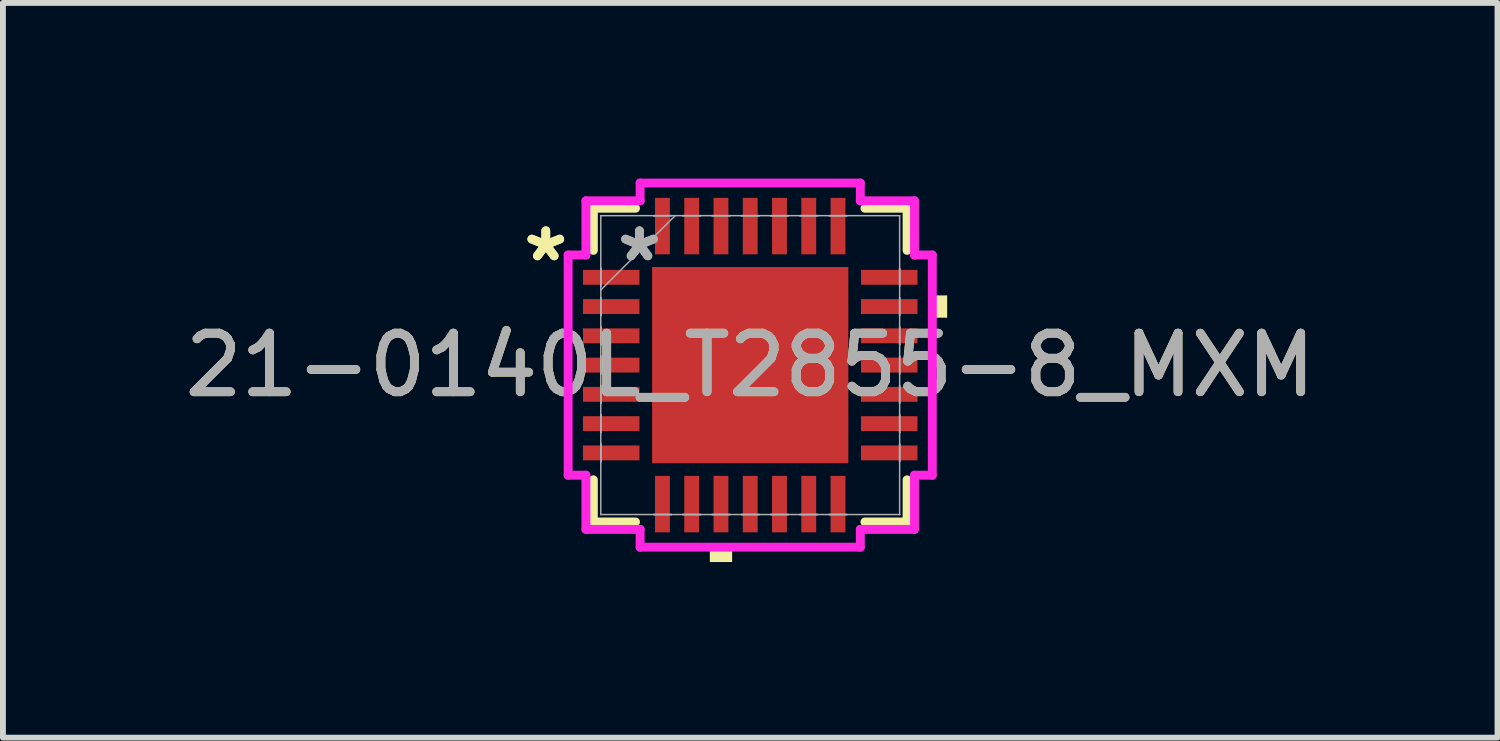
<source format=kicad_pcb>
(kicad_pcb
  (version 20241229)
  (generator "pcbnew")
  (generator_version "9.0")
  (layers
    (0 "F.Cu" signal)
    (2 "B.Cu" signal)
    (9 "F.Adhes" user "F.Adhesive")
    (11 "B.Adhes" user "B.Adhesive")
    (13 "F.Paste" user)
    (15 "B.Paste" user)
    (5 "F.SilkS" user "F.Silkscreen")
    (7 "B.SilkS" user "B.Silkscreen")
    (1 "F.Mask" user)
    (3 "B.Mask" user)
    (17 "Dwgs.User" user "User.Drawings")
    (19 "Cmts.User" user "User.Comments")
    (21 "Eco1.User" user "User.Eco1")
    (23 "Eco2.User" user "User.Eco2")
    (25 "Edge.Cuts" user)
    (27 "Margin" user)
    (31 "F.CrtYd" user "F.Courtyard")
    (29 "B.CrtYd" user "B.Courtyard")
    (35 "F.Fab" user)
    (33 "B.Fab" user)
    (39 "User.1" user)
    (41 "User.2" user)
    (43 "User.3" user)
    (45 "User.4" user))
  (footprint "21-0140L_T2855-8_MXM"
    (layer "F.Cu")
    (at 9.768 3.188)
    (property "Reference" "21-0140L_T2855-8_MXM" (at 0 0 0) (unlocked yes) (layer "F.SilkS") (effects (font (size 1 1) (thickness 0.15))))
    (attr smd)
    (fp_line (start -2.68 -2.68) (end -2.68 -1.96) (stroke (width 0.152) (type solid)) (layer "F.SilkS"))
    (fp_line (start -2.68 1.96) (end -2.68 2.68) (stroke (width 0.152) (type solid)) (layer "F.SilkS"))
    (fp_line (start -2.68 2.68) (end -1.96 2.68) (stroke (width 0.152) (type solid)) (layer "F.SilkS"))
    (fp_line (start -1.96 -2.68) (end -2.68 -2.68) (stroke (width 0.152) (type solid)) (layer "F.SilkS"))
    (fp_line (start 1.96 2.68) (end 2.68 2.68) (stroke (width 0.152) (type solid)) (layer "F.SilkS"))
    (fp_line (start 2.68 -2.68) (end 1.96 -2.68) (stroke (width 0.152) (type solid)) (layer "F.SilkS"))
    (fp_line (start 2.68 -1.96) (end 2.68 -2.68) (stroke (width 0.152) (type solid)) (layer "F.SilkS"))
    (fp_line (start 2.68 2.68) (end 2.68 1.96) (stroke (width 0.152) (type solid)) (layer "F.SilkS"))
    (fp_poly (pts (xy -0.69 3.111) (xy -0.69 3.365) (xy -0.309 3.365) (xy -0.309 3.111)) (stroke (width 0) (type solid)) (fill yes) (layer "F.SilkS"))
    (fp_poly (pts (xy 3.365 -1.191) (xy 3.365 -0.81) (xy 3.111 -0.81) (xy 3.111 -1.191)) (stroke (width 0) (type solid)) (fill yes) (layer "F.SilkS"))
    (fp_poly (pts (xy -1.576 -1.576) (xy -1.576 -0.1) (xy -0.1 -0.1) (xy -0.1 -1.576)) (stroke (width 0) (type solid)) (fill yes) (layer "F.Paste"))
    (fp_poly (pts (xy -1.576 0.1) (xy -1.576 1.576) (xy -0.1 1.576) (xy -0.1 0.1)) (stroke (width 0) (type solid)) (fill yes) (layer "F.Paste"))
    (fp_poly (pts (xy 0.1 -1.576) (xy 0.1 -0.1) (xy 1.576 -0.1) (xy 1.576 -1.576)) (stroke (width 0) (type solid)) (fill yes) (layer "F.Paste"))
    (fp_poly (pts (xy 0.1 0.1) (xy 0.1 1.576) (xy 1.576 1.576) (xy 1.576 0.1)) (stroke (width 0) (type solid)) (fill yes) (layer "F.Paste"))
    (fp_line (start -3.111 -1.881) (end -2.807 -1.881) (stroke (width 0.152) (type solid)) (layer "F.CrtYd"))
    (fp_line (start -3.111 1.881) (end -3.111 -1.881) (stroke (width 0.152) (type solid)) (layer "F.CrtYd"))
    (fp_line (start -2.807 -2.807) (end -1.881 -2.807) (stroke (width 0.152) (type solid)) (layer "F.CrtYd"))
    (fp_line (start -2.807 -1.881) (end -2.807 -2.807) (stroke (width 0.152) (type solid)) (layer "F.CrtYd"))
    (fp_line (start -2.807 1.881) (end -3.111 1.881) (stroke (width 0.152) (type solid)) (layer "F.CrtYd"))
    (fp_line (start -2.807 2.807) (end -2.807 1.881) (stroke (width 0.152) (type solid)) (layer "F.CrtYd"))
    (fp_line (start -1.881 -3.111) (end 1.881 -3.111) (stroke (width 0.152) (type solid)) (layer "F.CrtYd"))
    (fp_line (start -1.881 -2.807) (end -1.881 -3.111) (stroke (width 0.152) (type solid)) (layer "F.CrtYd"))
    (fp_line (start -1.881 2.807) (end -2.807 2.807) (stroke (width 0.152) (type solid)) (layer "F.CrtYd"))
    (fp_line (start -1.881 3.111) (end -1.881 2.807) (stroke (width 0.152) (type solid)) (layer "F.CrtYd"))
    (fp_line (start 1.881 -3.111) (end 1.881 -2.807) (stroke (width 0.152) (type solid)) (layer "F.CrtYd"))
    (fp_line (start 1.881 -2.807) (end 2.807 -2.807) (stroke (width 0.152) (type solid)) (layer "F.CrtYd"))
    (fp_line (start 1.881 2.807) (end 1.881 3.111) (stroke (width 0.152) (type solid)) (layer "F.CrtYd"))
    (fp_line (start 1.881 3.111) (end -1.881 3.111) (stroke (width 0.152) (type solid)) (layer "F.CrtYd"))
    (fp_line (start 2.807 -2.807) (end 2.807 -1.881) (stroke (width 0.152) (type solid)) (layer "F.CrtYd"))
    (fp_line (start 2.807 -1.881) (end 3.111 -1.881) (stroke (width 0.152) (type solid)) (layer "F.CrtYd"))
    (fp_line (start 2.807 1.881) (end 2.807 2.807) (stroke (width 0.152) (type solid)) (layer "F.CrtYd"))
    (fp_line (start 2.807 2.807) (end 1.881 2.807) (stroke (width 0.152) (type solid)) (layer "F.CrtYd"))
    (fp_line (start 3.111 -1.881) (end 3.111 1.881) (stroke (width 0.152) (type solid)) (layer "F.CrtYd"))
    (fp_line (start 3.111 1.881) (end 2.807 1.881) (stroke (width 0.152) (type solid)) (layer "F.CrtYd"))
    (fp_line (start -2.553 -2.553) (end -2.553 -2.553) (stroke (width 0.025) (type solid)) (layer "F.Fab"))
    (fp_line (start -2.553 -2.553) (end -2.553 2.553) (stroke (width 0.025) (type solid)) (layer "F.Fab"))
    (fp_line (start -2.553 -1.652) (end -2.553 -1.652) (stroke (width 0.025) (type solid)) (layer "F.Fab"))
    (fp_line (start -2.553 -1.652) (end -2.553 -1.348) (stroke (width 0.025) (type solid)) (layer "F.Fab"))
    (fp_line (start -2.553 -1.348) (end -2.553 -1.652) (stroke (width 0.025) (type solid)) (layer "F.Fab"))
    (fp_line (start -2.553 -1.348) (end -2.553 -1.348) (stroke (width 0.025) (type solid)) (layer "F.Fab"))
    (fp_line (start -2.553 -1.283) (end -1.283 -2.553) (stroke (width 0.025) (type solid)) (layer "F.Fab"))
    (fp_line (start -2.553 -1.152) (end -2.553 -1.152) (stroke (width 0.025) (type solid)) (layer "F.Fab"))
    (fp_line (start -2.553 -1.152) (end -2.553 -0.848) (stroke (width 0.025) (type solid)) (layer "F.Fab"))
    (fp_line (start -2.553 -0.848) (end -2.553 -1.152) (stroke (width 0.025) (type solid)) (layer "F.Fab"))
    (fp_line (start -2.553 -0.848) (end -2.553 -0.848) (stroke (width 0.025) (type solid)) (layer "F.Fab"))
    (fp_line (start -2.553 -0.652) (end -2.553 -0.652) (stroke (width 0.025) (type solid)) (layer "F.Fab"))
    (fp_line (start -2.553 -0.652) (end -2.553 -0.348) (stroke (width 0.025) (type solid)) (layer "F.Fab"))
    (fp_line (start -2.553 -0.348) (end -2.553 -0.652) (stroke (width 0.025) (type solid)) (layer "F.Fab"))
    (fp_line (start -2.553 -0.348) (end -2.553 -0.348) (stroke (width 0.025) (type solid)) (layer "F.Fab"))
    (fp_line (start -2.553 -0.152) (end -2.553 -0.152) (stroke (width 0.025) (type solid)) (layer "F.Fab"))
    (fp_line (start -2.553 -0.152) (end -2.553 0.152) (stroke (width 0.025) (type solid)) (layer "F.Fab"))
    (fp_line (start -2.553 0.152) (end -2.553 -0.152) (stroke (width 0.025) (type solid)) (layer "F.Fab"))
    (fp_line (start -2.553 0.152) (end -2.553 0.152) (stroke (width 0.025) (type solid)) (layer "F.Fab"))
    (fp_line (start -2.553 0.348) (end -2.553 0.348) (stroke (width 0.025) (type solid)) (layer "F.Fab"))
    (fp_line (start -2.553 0.348) (end -2.553 0.652) (stroke (width 0.025) (type solid)) (layer "F.Fab"))
    (fp_line (start -2.553 0.652) (end -2.553 0.348) (stroke (width 0.025) (type solid)) (layer "F.Fab"))
    (fp_line (start -2.553 0.652) (end -2.553 0.652) (stroke (width 0.025) (type solid)) (layer "F.Fab"))
    (fp_line (start -2.553 0.848) (end -2.553 0.848) (stroke (width 0.025) (type solid)) (layer "F.Fab"))
    (fp_line (start -2.553 0.848) (end -2.553 1.152) (stroke (width 0.025) (type solid)) (layer "F.Fab"))
    (fp_line (start -2.553 1.152) (end -2.553 0.848) (stroke (width 0.025) (type solid)) (layer "F.Fab"))
    (fp_line (start -2.553 1.152) (end -2.553 1.152) (stroke (width 0.025) (type solid)) (layer "F.Fab"))
    (fp_line (start -2.553 1.348) (end -2.553 1.348) (stroke (width 0.025) (type solid)) (layer "F.Fab"))
    (fp_line (start -2.553 1.348) (end -2.553 1.652) (stroke (width 0.025) (type solid)) (layer "F.Fab"))
    (fp_line (start -2.553 1.652) (end -2.553 1.348) (stroke (width 0.025) (type solid)) (layer "F.Fab"))
    (fp_line (start -2.553 1.652) (end -2.553 1.652) (stroke (width 0.025) (type solid)) (layer "F.Fab"))
    (fp_line (start -2.553 2.553) (end -2.553 2.553) (stroke (width 0.025) (type solid)) (layer "F.Fab"))
    (fp_line (start -2.553 2.553) (end 2.553 2.553) (stroke (width 0.025) (type solid)) (layer "F.Fab"))
    (fp_line (start -1.652 -2.553) (end -1.652 -2.553) (stroke (width 0.025) (type solid)) (layer "F.Fab"))
    (fp_line (start -1.652 -2.553) (end -1.348 -2.553) (stroke (width 0.025) (type solid)) (layer "F.Fab"))
    (fp_line (start -1.652 2.553) (end -1.652 2.553) (stroke (width 0.025) (type solid)) (layer "F.Fab"))
    (fp_line (start -1.652 2.553) (end -1.348 2.553) (stroke (width 0.025) (type solid)) (layer "F.Fab"))
    (fp_line (start -1.348 -2.553) (end -1.652 -2.553) (stroke (width 0.025) (type solid)) (layer "F.Fab"))
    (fp_line (start -1.348 -2.553) (end -1.348 -2.553) (stroke (width 0.025) (type solid)) (layer "F.Fab"))
    (fp_line (start -1.348 2.553) (end -1.652 2.553) (stroke (width 0.025) (type solid)) (layer "F.Fab"))
    (fp_line (start -1.348 2.553) (end -1.348 2.553) (stroke (width 0.025) (type solid)) (layer "F.Fab"))
    (fp_line (start -1.152 -2.553) (end -1.152 -2.553) (stroke (width 0.025) (type solid)) (layer "F.Fab"))
    (fp_line (start -1.152 -2.553) (end -0.848 -2.553) (stroke (width 0.025) (type solid)) (layer "F.Fab"))
    (fp_line (start -1.152 2.553) (end -1.152 2.553) (stroke (width 0.025) (type solid)) (layer "F.Fab"))
    (fp_line (start -1.152 2.553) (end -0.848 2.553) (stroke (width 0.025) (type solid)) (layer "F.Fab"))
    (fp_line (start -0.848 -2.553) (end -1.152 -2.553) (stroke (width 0.025) (type solid)) (layer "F.Fab"))
    (fp_line (start -0.848 -2.553) (end -0.848 -2.553) (stroke (width 0.025) (type solid)) (layer "F.Fab"))
    (fp_line (start -0.848 2.553) (end -1.152 2.553) (stroke (width 0.025) (type solid)) (layer "F.Fab"))
    (fp_line (start -0.848 2.553) (end -0.848 2.553) (stroke (width 0.025) (type solid)) (layer "F.Fab"))
    (fp_line (start -0.652 -2.553) (end -0.652 -2.553) (stroke (width 0.025) (type solid)) (layer "F.Fab"))
    (fp_line (start -0.652 -2.553) (end -0.348 -2.553) (stroke (width 0.025) (type solid)) (layer "F.Fab"))
    (fp_line (start -0.652 2.553) (end -0.652 2.553) (stroke (width 0.025) (type solid)) (layer "F.Fab"))
    (fp_line (start -0.652 2.553) (end -0.348 2.553) (stroke (width 0.025) (type solid)) (layer "F.Fab"))
    (fp_line (start -0.348 -2.553) (end -0.652 -2.553) (stroke (width 0.025) (type solid)) (layer "F.Fab"))
    (fp_line (start -0.348 -2.553) (end -0.348 -2.553) (stroke (width 0.025) (type solid)) (layer "F.Fab"))
    (fp_line (start -0.348 2.553) (end -0.652 2.553) (stroke (width 0.025) (type solid)) (layer "F.Fab"))
    (fp_line (start -0.348 2.553) (end -0.348 2.553) (stroke (width 0.025) (type solid)) (layer "F.Fab"))
    (fp_line (start -0.152 -2.553) (end -0.152 -2.553) (stroke (width 0.025) (type solid)) (layer "F.Fab"))
    (fp_line (start -0.152 -2.553) (end 0.152 -2.553) (stroke (width 0.025) (type solid)) (layer "F.Fab"))
    (fp_line (start -0.152 2.553) (end -0.152 2.553) (stroke (width 0.025) (type solid)) (layer "F.Fab"))
    (fp_line (start -0.152 2.553) (end 0.152 2.553) (stroke (width 0.025) (type solid)) (layer "F.Fab"))
    (fp_line (start 0.152 -2.553) (end -0.152 -2.553) (stroke (width 0.025) (type solid)) (layer "F.Fab"))
    (fp_line (start 0.152 -2.553) (end 0.152 -2.553) (stroke (width 0.025) (type solid)) (layer "F.Fab"))
    (fp_line (start 0.152 2.553) (end -0.152 2.553) (stroke (width 0.025) (type solid)) (layer "F.Fab"))
    (fp_line (start 0.152 2.553) (end 0.152 2.553) (stroke (width 0.025) (type solid)) (layer "F.Fab"))
    (fp_line (start 0.348 -2.553) (end 0.348 -2.553) (stroke (width 0.025) (type solid)) (layer "F.Fab"))
    (fp_line (start 0.348 -2.553) (end 0.652 -2.553) (stroke (width 0.025) (type solid)) (layer "F.Fab"))
    (fp_line (start 0.348 2.553) (end 0.348 2.553) (stroke (width 0.025) (type solid)) (layer "F.Fab"))
    (fp_line (start 0.348 2.553) (end 0.652 2.553) (stroke (width 0.025) (type solid)) (layer "F.Fab"))
    (fp_line (start 0.652 -2.553) (end 0.348 -2.553) (stroke (width 0.025) (type solid)) (layer "F.Fab"))
    (fp_line (start 0.652 -2.553) (end 0.652 -2.553) (stroke (width 0.025) (type solid)) (layer "F.Fab"))
    (fp_line (start 0.652 2.553) (end 0.348 2.553) (stroke (width 0.025) (type solid)) (layer "F.Fab"))
    (fp_line (start 0.652 2.553) (end 0.652 2.553) (stroke (width 0.025) (type solid)) (layer "F.Fab"))
    (fp_line (start 0.848 -2.553) (end 0.848 -2.553) (stroke (width 0.025) (type solid)) (layer "F.Fab"))
    (fp_line (start 0.848 -2.553) (end 1.152 -2.553) (stroke (width 0.025) (type solid)) (layer "F.Fab"))
    (fp_line (start 0.848 2.553) (end 0.848 2.553) (stroke (width 0.025) (type solid)) (layer "F.Fab"))
    (fp_line (start 0.848 2.553) (end 1.152 2.553) (stroke (width 0.025) (type solid)) (layer "F.Fab"))
    (fp_line (start 1.152 -2.553) (end 0.848 -2.553) (stroke (width 0.025) (type solid)) (layer "F.Fab"))
    (fp_line (start 1.152 -2.553) (end 1.152 -2.553) (stroke (width 0.025) (type solid)) (layer "F.Fab"))
    (fp_line (start 1.152 2.553) (end 0.848 2.553) (stroke (width 0.025) (type solid)) (layer "F.Fab"))
    (fp_line (start 1.152 2.553) (end 1.152 2.553) (stroke (width 0.025) (type solid)) (layer "F.Fab"))
    (fp_line (start 1.348 -2.553) (end 1.348 -2.553) (stroke (width 0.025) (type solid)) (layer "F.Fab"))
    (fp_line (start 1.348 -2.553) (end 1.652 -2.553) (stroke (width 0.025) (type solid)) (layer "F.Fab"))
    (fp_line (start 1.348 2.553) (end 1.348 2.553) (stroke (width 0.025) (type solid)) (layer "F.Fab"))
    (fp_line (start 1.348 2.553) (end 1.652 2.553) (stroke (width 0.025) (type solid)) (layer "F.Fab"))
    (fp_line (start 1.652 -2.553) (end 1.348 -2.553) (stroke (width 0.025) (type solid)) (layer "F.Fab"))
    (fp_line (start 1.652 -2.553) (end 1.652 -2.553) (stroke (width 0.025) (type solid)) (layer "F.Fab"))
    (fp_line (start 1.652 2.553) (end 1.348 2.553) (stroke (width 0.025) (type solid)) (layer "F.Fab"))
    (fp_line (start 1.652 2.553) (end 1.652 2.553) (stroke (width 0.025) (type solid)) (layer "F.Fab"))
    (fp_line (start 2.553 -2.553) (end -2.553 -2.553) (stroke (width 0.025) (type solid)) (layer "F.Fab"))
    (fp_line (start 2.553 -2.553) (end 2.553 -2.553) (stroke (width 0.025) (type solid)) (layer "F.Fab"))
    (fp_line (start 2.553 -1.652) (end 2.553 -1.652) (stroke (width 0.025) (type solid)) (layer "F.Fab"))
    (fp_line (start 2.553 -1.652) (end 2.553 -1.348) (stroke (width 0.025) (type solid)) (layer "F.Fab"))
    (fp_line (start 2.553 -1.348) (end 2.553 -1.652) (stroke (width 0.025) (type solid)) (layer "F.Fab"))
    (fp_line (start 2.553 -1.348) (end 2.553 -1.348) (stroke (width 0.025) (type solid)) (layer "F.Fab"))
    (fp_line (start 2.553 -1.152) (end 2.553 -1.152) (stroke (width 0.025) (type solid)) (layer "F.Fab"))
    (fp_line (start 2.553 -1.152) (end 2.553 -0.848) (stroke (width 0.025) (type solid)) (layer "F.Fab"))
    (fp_line (start 2.553 -0.848) (end 2.553 -1.152) (stroke (width 0.025) (type solid)) (layer "F.Fab"))
    (fp_line (start 2.553 -0.848) (end 2.553 -0.848) (stroke (width 0.025) (type solid)) (layer "F.Fab"))
    (fp_line (start 2.553 -0.652) (end 2.553 -0.652) (stroke (width 0.025) (type solid)) (layer "F.Fab"))
    (fp_line (start 2.553 -0.652) (end 2.553 -0.348) (stroke (width 0.025) (type solid)) (layer "F.Fab"))
    (fp_line (start 2.553 -0.348) (end 2.553 -0.652) (stroke (width 0.025) (type solid)) (layer "F.Fab"))
    (fp_line (start 2.553 -0.348) (end 2.553 -0.348) (stroke (width 0.025) (type solid)) (layer "F.Fab"))
    (fp_line (start 2.553 -0.152) (end 2.553 -0.152) (stroke (width 0.025) (type solid)) (layer "F.Fab"))
    (fp_line (start 2.553 -0.152) (end 2.553 0.152) (stroke (width 0.025) (type solid)) (layer "F.Fab"))
    (fp_line (start 2.553 0.152) (end 2.553 -0.152) (stroke (width 0.025) (type solid)) (layer "F.Fab"))
    (fp_line (start 2.553 0.152) (end 2.553 0.152) (stroke (width 0.025) (type solid)) (layer "F.Fab"))
    (fp_line (start 2.553 0.348) (end 2.553 0.348) (stroke (width 0.025) (type solid)) (layer "F.Fab"))
    (fp_line (start 2.553 0.348) (end 2.553 0.652) (stroke (width 0.025) (type solid)) (layer "F.Fab"))
    (fp_line (start 2.553 0.652) (end 2.553 0.348) (stroke (width 0.025) (type solid)) (layer "F.Fab"))
    (fp_line (start 2.553 0.652) (end 2.553 0.652) (stroke (width 0.025) (type solid)) (layer "F.Fab"))
    (fp_line (start 2.553 0.848) (end 2.553 0.848) (stroke (width 0.025) (type solid)) (layer "F.Fab"))
    (fp_line (start 2.553 0.848) (end 2.553 1.152) (stroke (width 0.025) (type solid)) (layer "F.Fab"))
    (fp_line (start 2.553 1.152) (end 2.553 0.848) (stroke (width 0.025) (type solid)) (layer "F.Fab"))
    (fp_line (start 2.553 1.152) (end 2.553 1.152) (stroke (width 0.025) (type solid)) (layer "F.Fab"))
    (fp_line (start 2.553 1.348) (end 2.553 1.348) (stroke (width 0.025) (type solid)) (layer "F.Fab"))
    (fp_line (start 2.553 1.348) (end 2.553 1.652) (stroke (width 0.025) (type solid)) (layer "F.Fab"))
    (fp_line (start 2.553 1.652) (end 2.553 1.348) (stroke (width 0.025) (type solid)) (layer "F.Fab"))
    (fp_line (start 2.553 1.652) (end 2.553 1.652) (stroke (width 0.025) (type solid)) (layer "F.Fab"))
    (fp_line (start 2.553 2.553) (end 2.553 -2.553) (stroke (width 0.025) (type solid)) (layer "F.Fab"))
    (fp_line (start 2.553 2.553) (end 2.553 2.553) (stroke (width 0.025) (type solid)) (layer "F.Fab"))
    (fp_text user "*" (at -3.493 -1.75 0) (unlocked yes) (layer "F.SilkS") (effects (font (size 1 1) (thickness 0.15))))
    (fp_text user "*" (at -3.493 -1.75 0) (layer "F.SilkS") (effects (font (size 1 1) (thickness 0.15))))
    (fp_text user "*" (at -1.892 -1.75 0) (unlocked yes) (layer "F.Fab") (effects (font (size 1 1) (thickness 0.15))))
    (fp_text user "*" (at -1.892 -1.75 0) (layer "F.Fab") (effects (font (size 1 1) (thickness 0.15))))
    (fp_text user "${REFERENCE}" (at 0 0 0) (unlocked yes) (layer "F.Fab") (effects (font (size 1 1) (thickness 0.15))))
    (pad "1" smd rect (at -2.375 -1.5 90) (size 0.254 0.965) (layers "F.Cu" "F.Mask" "F.Paste"))
    (pad "2" smd rect (at -2.375 -1 90) (size 0.254 0.965) (layers "F.Cu" "F.Mask" "F.Paste"))
    (pad "3" smd rect (at -2.375 -0.5 90) (size 0.254 0.965) (layers "F.Cu" "F.Mask" "F.Paste"))
    (pad "4" smd rect (at -2.375 0 90) (size 0.254 0.965) (layers "F.Cu" "F.Mask" "F.Paste"))
    (pad "5" smd rect (at -2.375 0.5 90) (size 0.254 0.965) (layers "F.Cu" "F.Mask" "F.Paste"))
    (pad "6" smd rect (at -2.375 1 90) (size 0.254 0.965) (layers "F.Cu" "F.Mask" "F.Paste"))
    (pad "7" smd rect (at -2.375 1.5 90) (size 0.254 0.965) (layers "F.Cu" "F.Mask" "F.Paste"))
    (pad "8" smd rect (at -1.5 2.375) (size 0.254 0.965) (layers "F.Cu" "F.Mask" "F.Paste"))
    (pad "9" smd rect (at -1 2.375) (size 0.254 0.965) (layers "F.Cu" "F.Mask" "F.Paste"))
    (pad "10" smd rect (at -0.5 2.375) (size 0.254 0.965) (layers "F.Cu" "F.Mask" "F.Paste"))
    (pad "11" smd rect (at 0 2.375) (size 0.254 0.965) (layers "F.Cu" "F.Mask" "F.Paste"))
    (pad "12" smd rect (at 0.5 2.375) (size 0.254 0.965) (layers "F.Cu" "F.Mask" "F.Paste"))
    (pad "13" smd rect (at 1 2.375) (size 0.254 0.965) (layers "F.Cu" "F.Mask" "F.Paste"))
    (pad "14" smd rect (at 1.5 2.375) (size 0.254 0.965) (layers "F.Cu" "F.Mask" "F.Paste"))
    (pad "15" smd rect (at 2.375 1.5 90) (size 0.254 0.965) (layers "F.Cu" "F.Mask" "F.Paste"))
    (pad "16" smd rect (at 2.375 1 90) (size 0.254 0.965) (layers "F.Cu" "F.Mask" "F.Paste"))
    (pad "17" smd rect (at 2.375 0.5 90) (size 0.254 0.965) (layers "F.Cu" "F.Mask" "F.Paste"))
    (pad "18" smd rect (at 2.375 0 90) (size 0.254 0.965) (layers "F.Cu" "F.Mask" "F.Paste"))
    (pad "19" smd rect (at 2.375 -0.5 90) (size 0.254 0.965) (layers "F.Cu" "F.Mask" "F.Paste"))
    (pad "20" smd rect (at 2.375 -1 90) (size 0.254 0.965) (layers "F.Cu" "F.Mask" "F.Paste"))
    (pad "21" smd rect (at 2.375 -1.5 90) (size 0.254 0.965) (layers "F.Cu" "F.Mask" "F.Paste"))
    (pad "22" smd rect (at 1.5 -2.375) (size 0.254 0.965) (layers "F.Cu" "F.Mask" "F.Paste"))
    (pad "23" smd rect (at 1 -2.375) (size 0.254 0.965) (layers "F.Cu" "F.Mask" "F.Paste"))
    (pad "24" smd rect (at 0.5 -2.375) (size 0.254 0.965) (layers "F.Cu" "F.Mask" "F.Paste"))
    (pad "25" smd rect (at 0 -2.375) (size 0.254 0.965) (layers "F.Cu" "F.Mask" "F.Paste"))
    (pad "26" smd rect (at -0.5 -2.375) (size 0.254 0.965) (layers "F.Cu" "F.Mask" "F.Paste"))
    (pad "27" smd rect (at -1 -2.375) (size 0.254 0.965) (layers "F.Cu" "F.Mask" "F.Paste"))
    (pad "28" smd rect (at -1.5 -2.375) (size 0.254 0.965) (layers "F.Cu" "F.Mask" "F.Paste"))
    (pad "29" smd rect (at 0 0) (size 3.353 3.353) (layers "F.Cu" "F.Mask")))
  (gr_rect
    (start -3 -3)
    (end 22.536 9.553)
    (stroke (width 0.1) (type default))
    (fill no)
    (layer "Edge.Cuts")))
</source>
